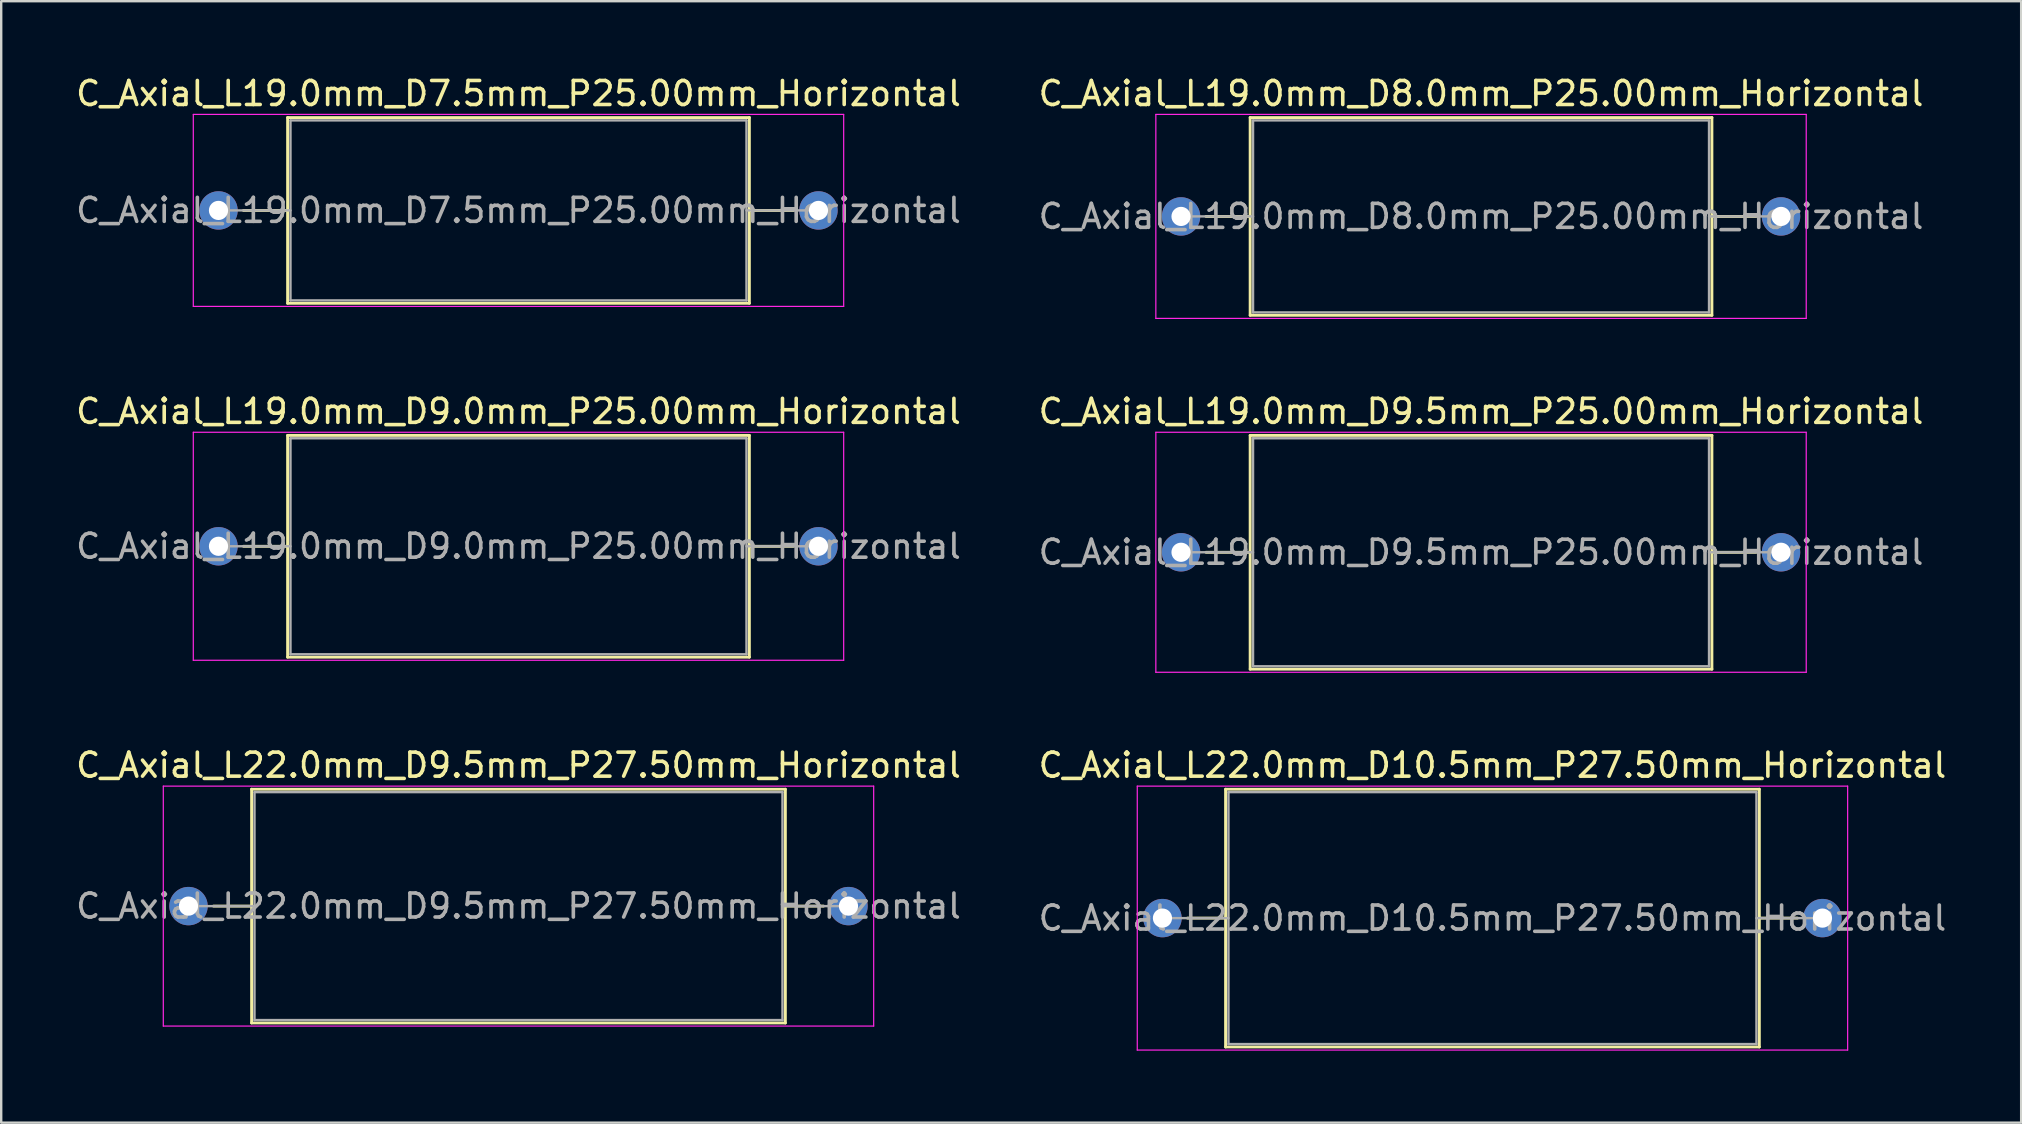
<source format=kicad_pcb>
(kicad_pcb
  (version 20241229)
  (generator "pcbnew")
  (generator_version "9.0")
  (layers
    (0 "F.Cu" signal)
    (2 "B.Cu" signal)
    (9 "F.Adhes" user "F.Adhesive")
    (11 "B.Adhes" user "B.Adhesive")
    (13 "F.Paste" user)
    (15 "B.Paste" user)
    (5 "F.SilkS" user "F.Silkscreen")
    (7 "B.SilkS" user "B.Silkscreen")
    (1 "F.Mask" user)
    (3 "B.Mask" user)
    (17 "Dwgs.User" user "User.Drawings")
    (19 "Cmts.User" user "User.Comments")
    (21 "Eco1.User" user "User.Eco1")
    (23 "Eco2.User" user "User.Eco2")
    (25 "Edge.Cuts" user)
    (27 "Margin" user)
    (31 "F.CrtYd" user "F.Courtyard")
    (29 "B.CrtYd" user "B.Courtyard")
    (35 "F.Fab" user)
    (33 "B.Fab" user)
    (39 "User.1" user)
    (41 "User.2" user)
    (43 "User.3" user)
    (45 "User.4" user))
  (footprint "C_Axial_L19.0mm_D9.5mm_P25.00mm_Horizontal"
    (layer "F.Cu")
    (at 46.161 19.962)
    (property "Reference" "C_Axial_L19.0mm_D9.5mm_P25.00mm_Horizontal" (at 12.5 -5.87 0) (layer "F.SilkS") (effects (font (size 1 1) (thickness 0.15))))
    (attr through_hole)
    (fp_line (start 1.04 0) (end 2.88 0) (stroke (width 0.12) (type solid)) (layer "F.SilkS"))
    (fp_line (start 2.88 -4.87) (end 2.88 4.87) (stroke (width 0.12) (type solid)) (layer "F.SilkS"))
    (fp_line (start 2.88 4.87) (end 22.12 4.87) (stroke (width 0.12) (type solid)) (layer "F.SilkS"))
    (fp_line (start 22.12 -4.87) (end 2.88 -4.87) (stroke (width 0.12) (type solid)) (layer "F.SilkS"))
    (fp_line (start 22.12 4.87) (end 22.12 -4.87) (stroke (width 0.12) (type solid)) (layer "F.SilkS"))
    (fp_line (start 23.96 0) (end 22.12 0) (stroke (width 0.12) (type solid)) (layer "F.SilkS"))
    (fp_line (start -1.05 -5) (end -1.05 5) (stroke (width 0.05) (type solid)) (layer "F.CrtYd"))
    (fp_line (start -1.05 5) (end 26.05 5) (stroke (width 0.05) (type solid)) (layer "F.CrtYd"))
    (fp_line (start 26.05 -5) (end -1.05 -5) (stroke (width 0.05) (type solid)) (layer "F.CrtYd"))
    (fp_line (start 26.05 5) (end 26.05 -5) (stroke (width 0.05) (type solid)) (layer "F.CrtYd"))
    (fp_line (start 0 0) (end 3 0) (stroke (width 0.1) (type solid)) (layer "F.Fab"))
    (fp_line (start 3 -4.75) (end 3 4.75) (stroke (width 0.1) (type solid)) (layer "F.Fab"))
    (fp_line (start 3 4.75) (end 22 4.75) (stroke (width 0.1) (type solid)) (layer "F.Fab"))
    (fp_line (start 22 -4.75) (end 3 -4.75) (stroke (width 0.1) (type solid)) (layer "F.Fab"))
    (fp_line (start 22 4.75) (end 22 -4.75) (stroke (width 0.1) (type solid)) (layer "F.Fab"))
    (fp_line (start 25 0) (end 22 0) (stroke (width 0.1) (type solid)) (layer "F.Fab"))
    (fp_text user "${REFERENCE}" (at 12.5 0 0) (layer "F.Fab") (effects (font (size 1 1) (thickness 0.15))))
    (pad "1" thru_hole circle (at 0 0) (size 1.6 1.6) (drill 0.8) (layers "*.Cu" "*.Mask"))
    (pad "2" thru_hole oval (at 25 0) (size 1.6 1.6) (drill 0.8) (layers "*.Cu" "*.Mask")))
  (footprint "C_Axial_L22.0mm_D10.5mm_P27.50mm_Horizontal"
    (layer "F.Cu")
    (at 45.387 35.205)
    (property "Reference" "C_Axial_L22.0mm_D10.5mm_P27.50mm_Horizontal" (at 13.75 -6.37 0) (layer "F.SilkS") (effects (font (size 1 1) (thickness 0.15))))
    (attr through_hole)
    (fp_line (start 1.04 0) (end 2.63 0) (stroke (width 0.12) (type solid)) (layer "F.SilkS"))
    (fp_line (start 2.63 -5.37) (end 2.63 5.37) (stroke (width 0.12) (type solid)) (layer "F.SilkS"))
    (fp_line (start 2.63 5.37) (end 24.87 5.37) (stroke (width 0.12) (type solid)) (layer "F.SilkS"))
    (fp_line (start 24.87 -5.37) (end 2.63 -5.37) (stroke (width 0.12) (type solid)) (layer "F.SilkS"))
    (fp_line (start 24.87 5.37) (end 24.87 -5.37) (stroke (width 0.12) (type solid)) (layer "F.SilkS"))
    (fp_line (start 26.46 0) (end 24.87 0) (stroke (width 0.12) (type solid)) (layer "F.SilkS"))
    (fp_line (start -1.05 -5.5) (end -1.05 5.5) (stroke (width 0.05) (type solid)) (layer "F.CrtYd"))
    (fp_line (start -1.05 5.5) (end 28.55 5.5) (stroke (width 0.05) (type solid)) (layer "F.CrtYd"))
    (fp_line (start 28.55 -5.5) (end -1.05 -5.5) (stroke (width 0.05) (type solid)) (layer "F.CrtYd"))
    (fp_line (start 28.55 5.5) (end 28.55 -5.5) (stroke (width 0.05) (type solid)) (layer "F.CrtYd"))
    (fp_line (start 0 0) (end 2.75 0) (stroke (width 0.1) (type solid)) (layer "F.Fab"))
    (fp_line (start 2.75 -5.25) (end 2.75 5.25) (stroke (width 0.1) (type solid)) (layer "F.Fab"))
    (fp_line (start 2.75 5.25) (end 24.75 5.25) (stroke (width 0.1) (type solid)) (layer "F.Fab"))
    (fp_line (start 24.75 -5.25) (end 2.75 -5.25) (stroke (width 0.1) (type solid)) (layer "F.Fab"))
    (fp_line (start 24.75 5.25) (end 24.75 -5.25) (stroke (width 0.1) (type solid)) (layer "F.Fab"))
    (fp_line (start 27.5 0) (end 24.75 0) (stroke (width 0.1) (type solid)) (layer "F.Fab"))
    (fp_text user "${REFERENCE}" (at 13.75 0 0) (layer "F.Fab") (effects (font (size 1 1) (thickness 0.15))))
    (pad "1" thru_hole circle (at 0 0) (size 1.6 1.6) (drill 0.8) (layers "*.Cu" "*.Mask"))
    (pad "2" thru_hole oval (at 27.5 0) (size 1.6 1.6) (drill 0.8) (layers "*.Cu" "*.Mask")))
  (footprint "C_Axial_L19.0mm_D7.5mm_P25.00mm_Horizontal"
    (layer "F.Cu")
    (at 6.054 5.718)
    (property "Reference" "C_Axial_L19.0mm_D7.5mm_P25.00mm_Horizontal" (at 12.5 -4.87 0) (layer "F.SilkS") (effects (font (size 1 1) (thickness 0.15))))
    (attr through_hole)
    (fp_line (start 1.04 0) (end 2.88 0) (stroke (width 0.12) (type solid)) (layer "F.SilkS"))
    (fp_line (start 2.88 -3.87) (end 2.88 3.87) (stroke (width 0.12) (type solid)) (layer "F.SilkS"))
    (fp_line (start 2.88 3.87) (end 22.12 3.87) (stroke (width 0.12) (type solid)) (layer "F.SilkS"))
    (fp_line (start 22.12 -3.87) (end 2.88 -3.87) (stroke (width 0.12) (type solid)) (layer "F.SilkS"))
    (fp_line (start 22.12 3.87) (end 22.12 -3.87) (stroke (width 0.12) (type solid)) (layer "F.SilkS"))
    (fp_line (start 23.96 0) (end 22.12 0) (stroke (width 0.12) (type solid)) (layer "F.SilkS"))
    (fp_line (start -1.05 -4) (end -1.05 4) (stroke (width 0.05) (type solid)) (layer "F.CrtYd"))
    (fp_line (start -1.05 4) (end 26.05 4) (stroke (width 0.05) (type solid)) (layer "F.CrtYd"))
    (fp_line (start 26.05 -4) (end -1.05 -4) (stroke (width 0.05) (type solid)) (layer "F.CrtYd"))
    (fp_line (start 26.05 4) (end 26.05 -4) (stroke (width 0.05) (type solid)) (layer "F.CrtYd"))
    (fp_line (start 0 0) (end 3 0) (stroke (width 0.1) (type solid)) (layer "F.Fab"))
    (fp_line (start 3 -3.75) (end 3 3.75) (stroke (width 0.1) (type solid)) (layer "F.Fab"))
    (fp_line (start 3 3.75) (end 22 3.75) (stroke (width 0.1) (type solid)) (layer "F.Fab"))
    (fp_line (start 22 -3.75) (end 3 -3.75) (stroke (width 0.1) (type solid)) (layer "F.Fab"))
    (fp_line (start 22 3.75) (end 22 -3.75) (stroke (width 0.1) (type solid)) (layer "F.Fab"))
    (fp_line (start 25 0) (end 22 0) (stroke (width 0.1) (type solid)) (layer "F.Fab"))
    (fp_text user "${REFERENCE}" (at 12.5 0 0) (layer "F.Fab") (effects (font (size 1 1) (thickness 0.15))))
    (pad "1" thru_hole circle (at 0 0) (size 1.6 1.6) (drill 0.8) (layers "*.Cu" "*.Mask"))
    (pad "2" thru_hole oval (at 25 0) (size 1.6 1.6) (drill 0.8) (layers "*.Cu" "*.Mask")))
  (footprint "C_Axial_L19.0mm_D8.0mm_P25.00mm_Horizontal"
    (layer "F.Cu")
    (at 46.161 5.968)
    (property "Reference" "C_Axial_L19.0mm_D8.0mm_P25.00mm_Horizontal" (at 12.5 -5.12 0) (layer "F.SilkS") (effects (font (size 1 1) (thickness 0.15))))
    (attr through_hole)
    (fp_line (start 1.04 0) (end 2.88 0) (stroke (width 0.12) (type solid)) (layer "F.SilkS"))
    (fp_line (start 2.88 -4.12) (end 2.88 4.12) (stroke (width 0.12) (type solid)) (layer "F.SilkS"))
    (fp_line (start 2.88 4.12) (end 22.12 4.12) (stroke (width 0.12) (type solid)) (layer "F.SilkS"))
    (fp_line (start 22.12 -4.12) (end 2.88 -4.12) (stroke (width 0.12) (type solid)) (layer "F.SilkS"))
    (fp_line (start 22.12 4.12) (end 22.12 -4.12) (stroke (width 0.12) (type solid)) (layer "F.SilkS"))
    (fp_line (start 23.96 0) (end 22.12 0) (stroke (width 0.12) (type solid)) (layer "F.SilkS"))
    (fp_line (start -1.05 -4.25) (end -1.05 4.25) (stroke (width 0.05) (type solid)) (layer "F.CrtYd"))
    (fp_line (start -1.05 4.25) (end 26.05 4.25) (stroke (width 0.05) (type solid)) (layer "F.CrtYd"))
    (fp_line (start 26.05 -4.25) (end -1.05 -4.25) (stroke (width 0.05) (type solid)) (layer "F.CrtYd"))
    (fp_line (start 26.05 4.25) (end 26.05 -4.25) (stroke (width 0.05) (type solid)) (layer "F.CrtYd"))
    (fp_line (start 0 0) (end 3 0) (stroke (width 0.1) (type solid)) (layer "F.Fab"))
    (fp_line (start 3 -4) (end 3 4) (stroke (width 0.1) (type solid)) (layer "F.Fab"))
    (fp_line (start 3 4) (end 22 4) (stroke (width 0.1) (type solid)) (layer "F.Fab"))
    (fp_line (start 22 -4) (end 3 -4) (stroke (width 0.1) (type solid)) (layer "F.Fab"))
    (fp_line (start 22 4) (end 22 -4) (stroke (width 0.1) (type solid)) (layer "F.Fab"))
    (fp_line (start 25 0) (end 22 0) (stroke (width 0.1) (type solid)) (layer "F.Fab"))
    (fp_text user "${REFERENCE}" (at 12.5 0 0) (layer "F.Fab") (effects (font (size 1 1) (thickness 0.15))))
    (pad "1" thru_hole circle (at 0 0) (size 1.6 1.6) (drill 0.8) (layers "*.Cu" "*.Mask"))
    (pad "2" thru_hole oval (at 25 0) (size 1.6 1.6) (drill 0.8) (layers "*.Cu" "*.Mask")))
  (footprint "C_Axial_L22.0mm_D9.5mm_P27.50mm_Horizontal"
    (layer "F.Cu")
    (at 4.804 34.705)
    (property "Reference" "C_Axial_L22.0mm_D9.5mm_P27.50mm_Horizontal" (at 13.75 -5.87 0) (layer "F.SilkS") (effects (font (size 1 1) (thickness 0.15))))
    (attr through_hole)
    (fp_line (start 1.04 0) (end 2.63 0) (stroke (width 0.12) (type solid)) (layer "F.SilkS"))
    (fp_line (start 2.63 -4.87) (end 2.63 4.87) (stroke (width 0.12) (type solid)) (layer "F.SilkS"))
    (fp_line (start 2.63 4.87) (end 24.87 4.87) (stroke (width 0.12) (type solid)) (layer "F.SilkS"))
    (fp_line (start 24.87 -4.87) (end 2.63 -4.87) (stroke (width 0.12) (type solid)) (layer "F.SilkS"))
    (fp_line (start 24.87 4.87) (end 24.87 -4.87) (stroke (width 0.12) (type solid)) (layer "F.SilkS"))
    (fp_line (start 26.46 0) (end 24.87 0) (stroke (width 0.12) (type solid)) (layer "F.SilkS"))
    (fp_line (start -1.05 -5) (end -1.05 5) (stroke (width 0.05) (type solid)) (layer "F.CrtYd"))
    (fp_line (start -1.05 5) (end 28.55 5) (stroke (width 0.05) (type solid)) (layer "F.CrtYd"))
    (fp_line (start 28.55 -5) (end -1.05 -5) (stroke (width 0.05) (type solid)) (layer "F.CrtYd"))
    (fp_line (start 28.55 5) (end 28.55 -5) (stroke (width 0.05) (type solid)) (layer "F.CrtYd"))
    (fp_line (start 0 0) (end 2.75 0) (stroke (width 0.1) (type solid)) (layer "F.Fab"))
    (fp_line (start 2.75 -4.75) (end 2.75 4.75) (stroke (width 0.1) (type solid)) (layer "F.Fab"))
    (fp_line (start 2.75 4.75) (end 24.75 4.75) (stroke (width 0.1) (type solid)) (layer "F.Fab"))
    (fp_line (start 24.75 -4.75) (end 2.75 -4.75) (stroke (width 0.1) (type solid)) (layer "F.Fab"))
    (fp_line (start 24.75 4.75) (end 24.75 -4.75) (stroke (width 0.1) (type solid)) (layer "F.Fab"))
    (fp_line (start 27.5 0) (end 24.75 0) (stroke (width 0.1) (type solid)) (layer "F.Fab"))
    (fp_text user "${REFERENCE}" (at 13.75 0 0) (layer "F.Fab") (effects (font (size 1 1) (thickness 0.15))))
    (pad "1" thru_hole circle (at 0 0) (size 1.6 1.6) (drill 0.8) (layers "*.Cu" "*.Mask"))
    (pad "2" thru_hole oval (at 27.5 0) (size 1.6 1.6) (drill 0.8) (layers "*.Cu" "*.Mask")))
  (footprint "C_Axial_L19.0mm_D9.0mm_P25.00mm_Horizontal"
    (layer "F.Cu")
    (at 6.054 19.712)
    (property "Reference" "C_Axial_L19.0mm_D9.0mm_P25.00mm_Horizontal" (at 12.5 -5.62 0) (layer "F.SilkS") (effects (font (size 1 1) (thickness 0.15))))
    (attr through_hole)
    (fp_line (start 1.04 0) (end 2.88 0) (stroke (width 0.12) (type solid)) (layer "F.SilkS"))
    (fp_line (start 2.88 -4.62) (end 2.88 4.62) (stroke (width 0.12) (type solid)) (layer "F.SilkS"))
    (fp_line (start 2.88 4.62) (end 22.12 4.62) (stroke (width 0.12) (type solid)) (layer "F.SilkS"))
    (fp_line (start 22.12 -4.62) (end 2.88 -4.62) (stroke (width 0.12) (type solid)) (layer "F.SilkS"))
    (fp_line (start 22.12 4.62) (end 22.12 -4.62) (stroke (width 0.12) (type solid)) (layer "F.SilkS"))
    (fp_line (start 23.96 0) (end 22.12 0) (stroke (width 0.12) (type solid)) (layer "F.SilkS"))
    (fp_line (start -1.05 -4.75) (end -1.05 4.75) (stroke (width 0.05) (type solid)) (layer "F.CrtYd"))
    (fp_line (start -1.05 4.75) (end 26.05 4.75) (stroke (width 0.05) (type solid)) (layer "F.CrtYd"))
    (fp_line (start 26.05 -4.75) (end -1.05 -4.75) (stroke (width 0.05) (type solid)) (layer "F.CrtYd"))
    (fp_line (start 26.05 4.75) (end 26.05 -4.75) (stroke (width 0.05) (type solid)) (layer "F.CrtYd"))
    (fp_line (start 0 0) (end 3 0) (stroke (width 0.1) (type solid)) (layer "F.Fab"))
    (fp_line (start 3 -4.5) (end 3 4.5) (stroke (width 0.1) (type solid)) (layer "F.Fab"))
    (fp_line (start 3 4.5) (end 22 4.5) (stroke (width 0.1) (type solid)) (layer "F.Fab"))
    (fp_line (start 22 -4.5) (end 3 -4.5) (stroke (width 0.1) (type solid)) (layer "F.Fab"))
    (fp_line (start 22 4.5) (end 22 -4.5) (stroke (width 0.1) (type solid)) (layer "F.Fab"))
    (fp_line (start 25 0) (end 22 0) (stroke (width 0.1) (type solid)) (layer "F.Fab"))
    (fp_text user "${REFERENCE}" (at 12.5 0 0) (layer "F.Fab") (effects (font (size 1 1) (thickness 0.15))))
    (pad "1" thru_hole circle (at 0 0) (size 1.6 1.6) (drill 0.8) (layers "*.Cu" "*.Mask"))
    (pad "2" thru_hole oval (at 25 0) (size 1.6 1.6) (drill 0.8) (layers "*.Cu" "*.Mask")))
  (gr_rect
    (start -3 -3)
    (end 81.167 43.73)
    (stroke (width 0.1) (type default))
    (fill no)
    (layer "Edge.Cuts")))
</source>
